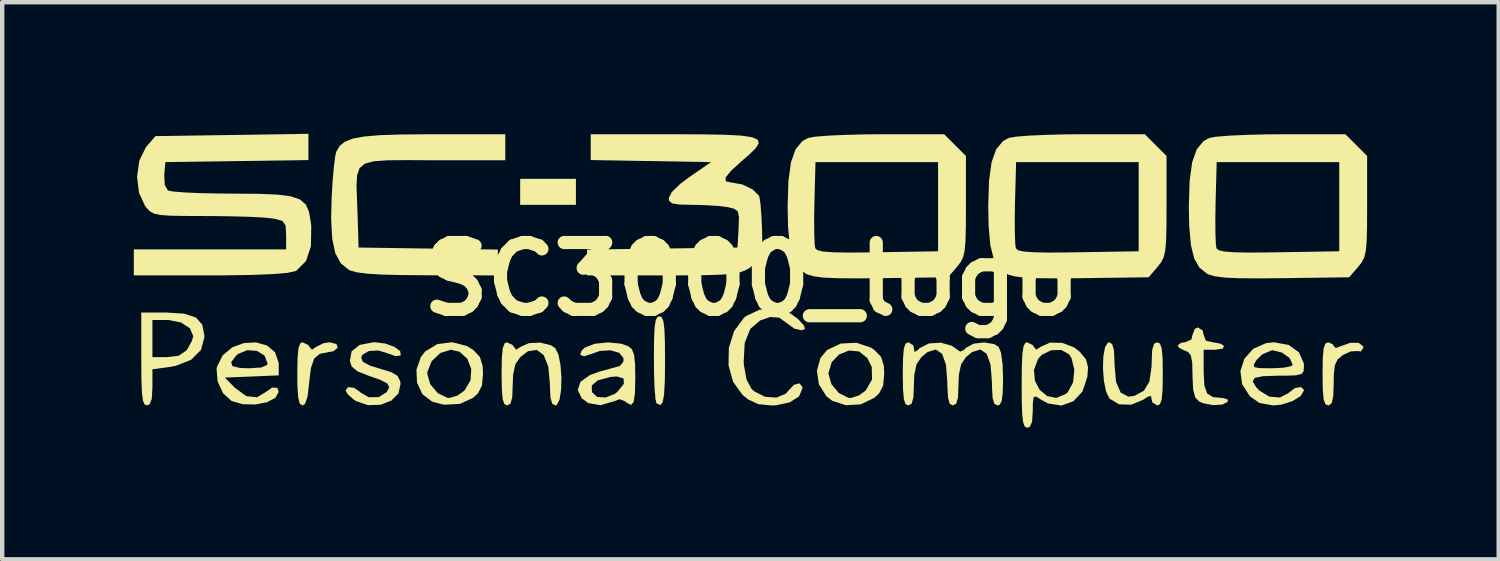
<source format=kicad_pcb>
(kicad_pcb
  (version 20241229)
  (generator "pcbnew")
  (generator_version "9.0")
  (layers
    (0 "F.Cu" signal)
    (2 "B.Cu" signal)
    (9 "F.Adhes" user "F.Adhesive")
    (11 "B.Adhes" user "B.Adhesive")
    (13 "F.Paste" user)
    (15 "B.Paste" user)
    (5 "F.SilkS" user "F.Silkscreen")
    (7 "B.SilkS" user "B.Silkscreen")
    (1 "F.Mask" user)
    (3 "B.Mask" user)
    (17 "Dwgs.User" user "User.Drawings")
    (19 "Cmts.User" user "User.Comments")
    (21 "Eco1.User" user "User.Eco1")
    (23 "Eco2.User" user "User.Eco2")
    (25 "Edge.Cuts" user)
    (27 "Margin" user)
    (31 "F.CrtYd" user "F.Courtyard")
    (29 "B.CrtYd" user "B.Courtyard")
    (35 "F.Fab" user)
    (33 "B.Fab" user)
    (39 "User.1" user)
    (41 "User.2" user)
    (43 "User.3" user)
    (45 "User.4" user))
  (footprint "SC3000_logo"
    (layer "F.Cu")
    (at 14.055 3.312)
    (property "Reference" "SC3000_logo" (at 0 0 0) (layer "F.SilkS") (effects (font (size 1.524 1.524) (thickness 0.3))))
    (attr board_only exclude_from_pos_files exclude_from_bom)
    (fp_poly (pts (xy -3.979 -1.693) (xy -5.249 -1.693) (xy -5.249 -2.286) (xy -3.979 -2.286)) (stroke (width 0) (type solid)) (fill yes) (layer "F.SilkS"))
    (fp_poly (pts (xy -2.02 0.872) (xy -1.983 0.966) (xy -1.961 1.154) (xy -1.95 1.461) (xy -1.947 1.863) (xy -1.952 2.325) (xy -1.97 2.636) (xy -2.004 2.812) (xy -2.057 2.872) (xy -2.133 2.833) (xy -2.145 2.822) (xy -2.167 2.72) (xy -2.186 2.484) (xy -2.198 2.152) (xy -2.201 1.806) (xy -2.198 1.382) (xy -2.185 1.101) (xy -2.16 0.936) (xy -2.118 0.86) (xy -2.074 0.847)) (stroke (width 0) (type solid)) (fill yes) (layer "F.SilkS"))
    (fp_poly (pts (xy -9.434 1.48) (xy -9.408 1.565) (xy -9.507 1.643) (xy -9.618 1.664) (xy -9.819 1.703) (xy -9.946 1.814) (xy -10.019 2.029) (xy -10.059 2.369) (xy -10.096 2.683) (xy -10.154 2.846) (xy -10.213 2.879) (xy -10.272 2.839) (xy -10.308 2.702) (xy -10.326 2.441) (xy -10.329 2.159) (xy -10.323 1.795) (xy -10.302 1.572) (xy -10.261 1.463) (xy -10.209 1.439) (xy -10.076 1.503) (xy -10.051 1.545) (xy -9.994 1.609) (xy -9.9 1.545) (xy -9.728 1.459) (xy -9.593 1.439)) (stroke (width 0) (type solid)) (fill yes) (layer "F.SilkS"))
    (fp_poly (pts (xy 13.278 1.487) (xy 13.293 1.527) (xy 13.344 1.571) (xy 13.456 1.527) (xy 13.676 1.451) (xy 13.863 1.453) (xy 13.964 1.53) (xy 13.97 1.564) (xy 13.914 1.649) (xy 13.842 1.639) (xy 13.684 1.647) (xy 13.504 1.728) (xy 13.384 1.828) (xy 13.32 1.959) (xy 13.296 2.173) (xy 13.293 2.373) (xy 13.283 2.667) (xy 13.248 2.825) (xy 13.18 2.878) (xy 13.166 2.879) (xy 13.102 2.848) (xy 13.063 2.736) (xy 13.044 2.514) (xy 13.039 2.159) (xy 13.044 1.799) (xy 13.064 1.579) (xy 13.103 1.469) (xy 13.166 1.439)) (stroke (width 0) (type solid)) (fill yes) (layer "F.SilkS"))
    (fp_poly (pts (xy -6.469 1.522) (xy -6.319 1.615) (xy -6.168 1.772) (xy -6.105 1.973) (xy -6.096 2.159) (xy -6.12 2.426) (xy -6.211 2.603) (xy -6.319 2.703) (xy -6.624 2.844) (xy -6.988 2.862) (xy -7.255 2.793) (xy -7.477 2.622) (xy -7.599 2.361) (xy -7.609 2.159) (xy -7.366 2.159) (xy -7.298 2.396) (xy -7.129 2.597) (xy -6.913 2.704) (xy -6.858 2.709) (xy -6.674 2.652) (xy -6.519 2.54) (xy -6.381 2.307) (xy -6.364 2.05) (xy -6.453 1.816) (xy -6.633 1.654) (xy -6.829 1.609) (xy -7.071 1.684) (xy -7.267 1.871) (xy -7.364 2.115) (xy -7.366 2.159) (xy -7.609 2.159) (xy -7.613 2.062) (xy -7.512 1.774) (xy -7.412 1.647) (xy -7.135 1.48) (xy -6.801 1.438)) (stroke (width 0) (type solid)) (fill yes) (layer "F.SilkS"))
    (fp_poly (pts (xy 2.744 1.56) (xy 2.825 1.615) (xy 2.976 1.772) (xy 3.039 1.973) (xy 3.048 2.159) (xy 3.024 2.426) (xy 2.933 2.603) (xy 2.825 2.703) (xy 2.517 2.853) (xy 2.176 2.875) (xy 1.863 2.772) (xy 1.732 2.671) (xy 1.56 2.399) (xy 1.524 2.159) (xy 1.778 2.159) (xy 1.846 2.396) (xy 2.015 2.597) (xy 2.231 2.704) (xy 2.286 2.709) (xy 2.47 2.652) (xy 2.625 2.54) (xy 2.772 2.286) (xy 2.763 1.999) (xy 2.662 1.797) (xy 2.474 1.648) (xy 2.246 1.627) (xy 2.023 1.715) (xy 1.852 1.892) (xy 1.778 2.14) (xy 1.778 2.159) (xy 1.524 2.159) (xy 1.514 2.09) (xy 1.594 1.799) (xy 1.747 1.615) (xy 2.059 1.468) (xy 2.414 1.45)) (stroke (width 0) (type solid)) (fill yes) (layer "F.SilkS"))
    (fp_poly (pts (xy -12.903 0.788) (xy -12.64 0.875) (xy -12.495 1.037) (xy -12.446 1.29) (xy -12.446 1.325) (xy -12.524 1.613) (xy -12.745 1.835) (xy -13.092 1.974) (xy -13.234 2.001) (xy -13.631 2.055) (xy -13.631 2.467) (xy -13.646 2.729) (xy -13.695 2.855) (xy -13.758 2.879) (xy -13.812 2.854) (xy -13.849 2.762) (xy -13.871 2.577) (xy -13.882 2.275) (xy -13.885 1.83) (xy -13.885 1.82) (xy -13.885 1.778) (xy -13.631 1.778) (xy -13.297 1.778) (xy -13.03 1.745) (xy -12.862 1.629) (xy -12.832 1.59) (xy -12.733 1.413) (xy -12.7 1.3) (xy -12.777 1.12) (xy -12.979 0.988) (xy -13.266 0.932) (xy -13.299 0.931) (xy -13.631 0.931) (xy -13.631 1.778) (xy -13.885 1.778) (xy -13.885 0.762) (xy -13.306 0.762)) (stroke (width 0) (type solid)) (fill yes) (layer "F.SilkS"))
    (fp_poly (pts (xy 10.306 1.171) (xy 10.329 1.27) (xy 10.38 1.404) (xy 10.536 1.439) (xy 10.715 1.471) (xy 10.795 1.524) (xy 10.762 1.584) (xy 10.597 1.609) (xy 10.588 1.609) (xy 10.329 1.609) (xy 10.329 2.108) (xy 10.345 2.424) (xy 10.408 2.606) (xy 10.543 2.69) (xy 10.765 2.709) (xy 10.877 2.743) (xy 10.88 2.794) (xy 10.754 2.86) (xy 10.543 2.871) (xy 10.319 2.829) (xy 10.223 2.787) (xy 10.136 2.694) (xy 10.09 2.518) (xy 10.075 2.219) (xy 10.075 2.189) (xy 10.068 1.899) (xy 10.036 1.735) (xy 9.968 1.657) (xy 9.906 1.633) (xy 9.769 1.566) (xy 9.737 1.514) (xy 9.808 1.453) (xy 9.906 1.439) (xy 10.048 1.379) (xy 10.075 1.27) (xy 10.128 1.132) (xy 10.202 1.101)) (stroke (width 0) (type solid)) (fill yes) (layer "F.SilkS"))
    (fp_poly (pts (xy -5.419 1.503) (xy -5.394 1.545) (xy -5.337 1.609) (xy -5.243 1.545) (xy -5.049 1.459) (xy -4.79 1.447) (xy -4.548 1.508) (xy -4.451 1.572) (xy -4.376 1.722) (xy -4.329 1.963) (xy -4.309 2.246) (xy -4.317 2.524) (xy -4.352 2.748) (xy -4.416 2.869) (xy -4.445 2.879) (xy -4.519 2.839) (xy -4.559 2.7) (xy -4.572 2.429) (xy -4.572 2.377) (xy -4.609 1.991) (xy -4.712 1.733) (xy -4.87 1.613) (xy -5.07 1.642) (xy -5.249 1.778) (xy -5.359 1.941) (xy -5.41 2.18) (xy -5.419 2.413) (xy -5.43 2.694) (xy -5.47 2.838) (xy -5.546 2.879) (xy -5.609 2.848) (xy -5.648 2.736) (xy -5.667 2.514) (xy -5.673 2.159) (xy -5.667 1.795) (xy -5.645 1.572) (xy -5.604 1.463) (xy -5.553 1.439)) (stroke (width 0) (type solid)) (fill yes) (layer "F.SilkS"))
    (fp_poly (pts (xy 9.334 1.47) (xy 9.373 1.582) (xy 9.393 1.804) (xy 9.398 2.159) (xy 9.393 2.519) (xy 9.373 2.739) (xy 9.334 2.849) (xy 9.271 2.879) (xy 9.16 2.811) (xy 9.144 2.747) (xy 9.129 2.662) (xy 9.053 2.682) (xy 8.956 2.747) (xy 8.68 2.862) (xy 8.401 2.853) (xy 8.183 2.724) (xy 8.105 2.563) (xy 8.055 2.316) (xy 8.034 2.033) (xy 8.043 1.761) (xy 8.082 1.548) (xy 8.151 1.443) (xy 8.17 1.439) (xy 8.244 1.479) (xy 8.284 1.618) (xy 8.297 1.889) (xy 8.297 1.941) (xy 8.332 2.341) (xy 8.438 2.587) (xy 8.614 2.679) (xy 8.751 2.661) (xy 8.968 2.543) (xy 9.094 2.329) (xy 9.142 1.991) (xy 9.144 1.889) (xy 9.156 1.614) (xy 9.199 1.474) (xy 9.271 1.439)) (stroke (width 0) (type solid)) (fill yes) (layer "F.SilkS"))
    (fp_poly (pts (xy -5.588 -2.709) (xy -7.237 -2.709) (xy -7.827 -2.712) (xy -8.268 -2.709) (xy -8.582 -2.687) (xy -8.789 -2.631) (xy -8.911 -2.528) (xy -8.967 -2.362) (xy -8.979 -2.119) (xy -8.967 -1.786) (xy -8.957 -1.524) (xy -8.932 -0.72) (xy -7.345 -0.697) (xy -5.757 -0.674) (xy -5.757 -0.085) (xy -7.345 -0.088) (xy -7.951 -0.093) (xy -8.409 -0.104) (xy -8.743 -0.125) (xy -8.973 -0.155) (xy -9.123 -0.197) (xy -9.158 -0.214) (xy -9.34 -0.363) (xy -9.464 -0.593) (xy -9.534 -0.926) (xy -9.558 -1.385) (xy -9.546 -1.853) (xy -9.523 -2.24) (xy -9.494 -2.575) (xy -9.462 -2.814) (xy -9.441 -2.903) (xy -9.367 -3.031) (xy -9.251 -3.129) (xy -9.072 -3.201) (xy -8.811 -3.25) (xy -8.445 -3.281) (xy -7.953 -3.297) (xy -7.316 -3.302) (xy -7.243 -3.302) (xy -5.588 -3.302)) (stroke (width 0) (type solid)) (fill yes) (layer "F.SilkS"))
    (fp_poly (pts (xy 0.895 0.772) (xy 1.083 0.908) (xy 1.221 1.06) (xy 1.241 1.136) (xy 1.169 1.167) (xy 1.01 1.133) (xy 0.852 1.021) (xy 0.656 0.878) (xy 0.447 0.863) (xy 0.221 0.942) (xy -0.005 1.135) (xy -0.132 1.455) (xy -0.155 1.887) (xy -0.149 1.964) (xy -0.09 2.29) (xy 0.022 2.498) (xy 0.083 2.556) (xy 0.332 2.682) (xy 0.592 2.7) (xy 0.805 2.611) (xy 0.866 2.54) (xy 0.994 2.407) (xy 1.117 2.376) (xy 1.183 2.457) (xy 1.185 2.485) (xy 1.108 2.671) (xy 0.897 2.807) (xy 0.588 2.875) (xy 0.482 2.879) (xy 0.179 2.85) (xy -0.052 2.743) (xy -0.179 2.641) (xy -0.396 2.342) (xy -0.5 1.967) (xy -0.493 1.567) (xy -0.376 1.19) (xy -0.152 0.885) (xy -0.104 0.844) (xy 0.205 0.697) (xy 0.56 0.675)) (stroke (width 0) (type solid)) (fill yes) (layer "F.SilkS"))
    (fp_poly (pts (xy -11.021 1.512) (xy -10.836 1.667) (xy -10.754 1.909) (xy -10.753 1.948) (xy -10.753 2.194) (xy -11.367 2.219) (xy -11.98 2.244) (xy -11.751 2.477) (xy -11.492 2.666) (xy -11.25 2.694) (xy -11.061 2.582) (xy -10.9 2.471) (xy -10.785 2.479) (xy -10.753 2.569) (xy -10.828 2.706) (xy -11.022 2.806) (xy -11.285 2.857) (xy -11.569 2.851) (xy -11.826 2.778) (xy -11.826 2.778) (xy -12.02 2.602) (xy -12.144 2.335) (xy -12.169 2.05) (xy -12.158 1.994) (xy -12.106 1.89) (xy -11.835 1.89) (xy -11.811 1.981) (xy -11.637 2.025) (xy -11.43 2.032) (xy -11.147 2.014) (xy -11.018 1.956) (xy -11.007 1.922) (xy -11.076 1.742) (xy -11.249 1.636) (xy -11.468 1.619) (xy -11.678 1.705) (xy -11.72 1.742) (xy -11.835 1.89) (xy -12.106 1.89) (xy -12.027 1.734) (xy -11.811 1.554) (xy -11.546 1.457) (xy -11.27 1.442)) (stroke (width 0) (type solid)) (fill yes) (layer "F.SilkS"))
    (fp_poly (pts (xy -8.319 1.469) (xy -8.116 1.544) (xy -7.985 1.639) (xy -7.971 1.732) (xy -7.98 1.743) (xy -8.093 1.755) (xy -8.242 1.7) (xy -8.476 1.627) (xy -8.696 1.638) (xy -8.844 1.725) (xy -8.872 1.786) (xy -8.836 1.883) (xy -8.674 1.971) (xy -8.449 2.04) (xy -8.184 2.122) (xy -8.043 2.206) (xy -7.985 2.324) (xy -7.975 2.384) (xy -8.022 2.605) (xy -8.189 2.77) (xy -8.435 2.864) (xy -8.716 2.872) (xy -8.99 2.779) (xy -9.04 2.747) (xy -9.18 2.623) (xy -9.229 2.535) (xy -9.17 2.462) (xy -9.039 2.476) (xy -8.901 2.569) (xy -8.89 2.582) (xy -8.703 2.692) (xy -8.475 2.689) (xy -8.296 2.58) (xy -8.233 2.471) (xy -8.271 2.383) (xy -8.432 2.297) (xy -8.706 2.201) (xy -8.962 2.1) (xy -9.091 1.988) (xy -9.131 1.867) (xy -9.091 1.646) (xy -8.909 1.5) (xy -8.601 1.44) (xy -8.551 1.439)) (stroke (width 0) (type solid)) (fill yes) (layer "F.SilkS"))
    (fp_poly (pts (xy -2.95 1.471) (xy -2.788 1.527) (xy -2.703 1.597) (xy -2.653 1.72) (xy -2.63 1.935) (xy -2.625 2.247) (xy -2.633 2.599) (xy -2.663 2.801) (xy -2.722 2.868) (xy -2.817 2.82) (xy -2.853 2.786) (xy -2.984 2.737) (xy -3.118 2.786) (xy -3.417 2.873) (xy -3.694 2.826) (xy -3.846 2.716) (xy -3.938 2.523) (xy -3.903 2.425) (xy -3.618 2.425) (xy -3.612 2.577) (xy -3.493 2.686) (xy -3.298 2.698) (xy -3.089 2.613) (xy -3.034 2.569) (xy -2.886 2.387) (xy -2.893 2.264) (xy -3.047 2.218) (xy -3.189 2.23) (xy -3.482 2.308) (xy -3.618 2.425) (xy -3.903 2.425) (xy -3.873 2.34) (xy -3.661 2.187) (xy -3.449 2.11) (xy -3.202 2.042) (xy -3.015 1.991) (xy -2.978 1.98) (xy -2.897 1.883) (xy -2.894 1.799) (xy -2.993 1.679) (xy -3.193 1.622) (xy -3.436 1.637) (xy -3.612 1.701) (xy -3.79 1.759) (xy -3.88 1.726) (xy -3.849 1.629) (xy -3.773 1.559) (xy -3.55 1.473) (xy -3.249 1.442)) (stroke (width 0) (type solid)) (fill yes) (layer "F.SilkS"))
    (fp_poly (pts (xy 4.663 -3.055) (xy 4.911 -2.807) (xy 4.911 -1.662) (xy 4.909 -1.198) (xy 4.901 -0.871) (xy 4.881 -0.649) (xy 4.846 -0.498) (xy 4.789 -0.386) (xy 4.707 -0.281) (xy 4.707 -0.28) (xy 4.502 -0.042) (xy 2.992 -0.022) (xy 2.415 -0.017) (xy 1.982 -0.021) (xy 1.669 -0.035) (xy 1.453 -0.062) (xy 1.308 -0.102) (xy 1.258 -0.126) (xy 1.089 -0.262) (xy 0.97 -0.47) (xy 0.895 -0.774) (xy 0.856 -1.2) (xy 0.853 -1.353) (xy 1.451 -1.353) (xy 1.454 -1.023) (xy 1.464 -0.791) (xy 1.477 -0.702) (xy 1.528 -0.658) (xy 1.656 -0.629) (xy 1.884 -0.612) (xy 2.231 -0.605) (xy 2.72 -0.609) (xy 2.898 -0.612) (xy 4.276 -0.635) (xy 4.276 -2.667) (xy 1.482 -2.667) (xy 1.457 -1.741) (xy 1.451 -1.353) (xy 0.853 -1.353) (xy 0.847 -1.666) (xy 0.865 -2.238) (xy 0.923 -2.663) (xy 1.028 -2.96) (xy 1.184 -3.147) (xy 1.314 -3.218) (xy 1.47 -3.246) (xy 1.763 -3.27) (xy 2.158 -3.288) (xy 2.622 -3.3) (xy 2.975 -3.302) (xy 4.416 -3.302)) (stroke (width 0) (type solid)) (fill yes) (layer "F.SilkS"))
    (fp_poly (pts (xy 6.434 1.503) (xy 6.459 1.545) (xy 6.516 1.609) (xy 6.61 1.545) (xy 6.827 1.446) (xy 7.104 1.452) (xy 7.378 1.557) (xy 7.507 1.657) (xy 7.648 1.83) (xy 7.694 2.011) (xy 7.678 2.228) (xy 7.567 2.561) (xy 7.359 2.784) (xy 7.087 2.881) (xy 6.784 2.835) (xy 6.623 2.747) (xy 6.508 2.675) (xy 6.453 2.692) (xy 6.436 2.829) (xy 6.435 3.001) (xy 6.418 3.254) (xy 6.363 3.37) (xy 6.308 3.387) (xy 6.252 3.361) (xy 6.215 3.265) (xy 6.193 3.073) (xy 6.183 2.76) (xy 6.181 2.413) (xy 6.184 2.07) (xy 6.461 2.07) (xy 6.483 2.317) (xy 6.593 2.526) (xy 6.764 2.666) (xy 6.97 2.708) (xy 7.183 2.62) (xy 7.233 2.576) (xy 7.353 2.353) (xy 7.382 2.066) (xy 7.316 1.798) (xy 7.263 1.714) (xy 7.084 1.614) (xy 6.853 1.621) (xy 6.639 1.726) (xy 6.556 1.817) (xy 6.461 2.07) (xy 6.184 2.07) (xy 6.185 1.981) (xy 6.198 1.693) (xy 6.225 1.524) (xy 6.267 1.45) (xy 6.301 1.439)) (stroke (width 0) (type solid)) (fill yes) (layer "F.SilkS"))
    (fp_poly (pts (xy 9.235 -3.055) (xy 9.483 -2.807) (xy 9.483 -1.662) (xy 9.481 -1.198) (xy 9.473 -0.871) (xy 9.453 -0.649) (xy 9.418 -0.498) (xy 9.361 -0.386) (xy 9.279 -0.281) (xy 9.279 -0.28) (xy 9.074 -0.042) (xy 7.564 -0.022) (xy 6.987 -0.017) (xy 6.554 -0.021) (xy 6.241 -0.035) (xy 6.025 -0.062) (xy 5.88 -0.102) (xy 5.83 -0.126) (xy 5.661 -0.262) (xy 5.542 -0.47) (xy 5.467 -0.774) (xy 5.428 -1.2) (xy 5.425 -1.353) (xy 6.023 -1.353) (xy 6.026 -1.023) (xy 6.036 -0.791) (xy 6.049 -0.702) (xy 6.1 -0.658) (xy 6.228 -0.629) (xy 6.456 -0.612) (xy 6.803 -0.605) (xy 7.292 -0.609) (xy 7.47 -0.612) (xy 8.848 -0.635) (xy 8.848 -2.667) (xy 6.054 -2.667) (xy 6.029 -1.741) (xy 6.023 -1.353) (xy 5.425 -1.353) (xy 5.419 -1.666) (xy 5.437 -2.238) (xy 5.495 -2.663) (xy 5.6 -2.96) (xy 5.756 -3.147) (xy 5.886 -3.218) (xy 6.042 -3.246) (xy 6.335 -3.27) (xy 6.73 -3.288) (xy 7.194 -3.3) (xy 7.547 -3.302) (xy 8.988 -3.302)) (stroke (width 0) (type solid)) (fill yes) (layer "F.SilkS"))
    (fp_poly (pts (xy 12.266 1.5) (xy 12.501 1.668) (xy 12.611 1.918) (xy 12.615 1.99) (xy 12.607 2.1) (xy 12.556 2.164) (xy 12.426 2.193) (xy 12.181 2.201) (xy 12.023 2.201) (xy 11.68 2.212) (xy 11.493 2.252) (xy 11.446 2.332) (xy 11.527 2.464) (xy 11.599 2.54) (xy 11.824 2.677) (xy 12.066 2.698) (xy 12.264 2.597) (xy 12.277 2.582) (xy 12.412 2.482) (xy 12.546 2.459) (xy 12.615 2.524) (xy 12.615 2.535) (xy 12.54 2.665) (xy 12.349 2.782) (xy 12.096 2.861) (xy 11.915 2.879) (xy 11.6 2.823) (xy 11.384 2.671) (xy 11.204 2.392) (xy 11.167 2.094) (xy 11.214 1.949) (xy 11.471 1.949) (xy 11.482 2.006) (xy 11.6 2.028) (xy 11.853 2.032) (xy 11.885 2.032) (xy 12.144 2.019) (xy 12.316 1.987) (xy 12.361 1.953) (xy 12.288 1.799) (xy 12.115 1.674) (xy 11.908 1.623) (xy 11.873 1.625) (xy 11.665 1.714) (xy 11.535 1.841) (xy 11.471 1.949) (xy 11.214 1.949) (xy 11.257 1.815) (xy 11.457 1.59) (xy 11.75 1.459) (xy 11.934 1.439)) (stroke (width 0) (type solid)) (fill yes) (layer "F.SilkS"))
    (fp_poly (pts (xy 13.807 -3.055) (xy 14.055 -2.807) (xy 14.055 -1.662) (xy 14.053 -1.198) (xy 14.045 -0.871) (xy 14.025 -0.649) (xy 13.99 -0.498) (xy 13.933 -0.386) (xy 13.851 -0.281) (xy 13.851 -0.28) (xy 13.646 -0.042) (xy 12.136 -0.022) (xy 11.559 -0.017) (xy 11.126 -0.021) (xy 10.813 -0.035) (xy 10.597 -0.062) (xy 10.452 -0.102) (xy 10.402 -0.126) (xy 10.233 -0.262) (xy 10.114 -0.47) (xy 10.039 -0.774) (xy 10 -1.2) (xy 9.997 -1.353) (xy 10.595 -1.353) (xy 10.598 -1.023) (xy 10.608 -0.791) (xy 10.621 -0.702) (xy 10.672 -0.658) (xy 10.8 -0.629) (xy 11.028 -0.612) (xy 11.375 -0.605) (xy 11.864 -0.609) (xy 12.042 -0.612) (xy 13.42 -0.635) (xy 13.42 -2.667) (xy 10.626 -2.667) (xy 10.601 -1.741) (xy 10.595 -1.353) (xy 9.997 -1.353) (xy 9.991 -1.666) (xy 10.009 -2.238) (xy 10.067 -2.663) (xy 10.172 -2.96) (xy 10.328 -3.147) (xy 10.458 -3.218) (xy 10.614 -3.246) (xy 10.907 -3.27) (xy 11.302 -3.288) (xy 11.766 -3.3) (xy 12.119 -3.302) (xy 13.56 -3.302)) (stroke (width 0) (type solid)) (fill yes) (layer "F.SilkS"))
    (fp_poly (pts (xy -10.075 -2.713) (xy -11.705 -2.69) (xy -13.335 -2.667) (xy -13.362 -2.38) (xy -13.35 -2.145) (xy -13.278 -2.021) (xy -13.158 -1.997) (xy -12.901 -1.976) (xy -12.537 -1.96) (xy -12.098 -1.951) (xy -11.799 -1.949) (xy -11.218 -1.944) (xy -10.784 -1.927) (xy -10.474 -1.887) (xy -10.265 -1.814) (xy -10.135 -1.7) (xy -10.062 -1.534) (xy -10.023 -1.308) (xy -10.011 -1.202) (xy -10.018 -0.754) (xy -10.129 -0.415) (xy -10.34 -0.202) (xy -10.381 -0.18) (xy -10.554 -0.143) (xy -10.885 -0.115) (xy -11.364 -0.096) (xy -11.98 -0.086) (xy -12.323 -0.085) (xy -14.055 -0.085) (xy -14.055 -0.677) (xy -10.583 -0.677) (xy -10.583 -1.005) (xy -10.596 -1.22) (xy -10.664 -1.324) (xy -10.839 -1.374) (xy -10.901 -1.385) (xy -11.102 -1.404) (xy -11.431 -1.421) (xy -11.845 -1.432) (xy -12.304 -1.438) (xy -12.419 -1.438) (xy -12.891 -1.44) (xy -13.224 -1.446) (xy -13.448 -1.462) (xy -13.591 -1.492) (xy -13.684 -1.542) (xy -13.757 -1.616) (xy -13.795 -1.662) (xy -13.936 -1.963) (xy -13.981 -2.332) (xy -13.929 -2.701) (xy -13.782 -3.003) (xy -13.766 -3.022) (xy -13.562 -3.26) (xy -10.075 -3.312)) (stroke (width 0) (type solid)) (fill yes) (layer "F.SilkS"))
    (fp_poly (pts (xy -1.11 -3.3) (xy -0.588 -3.291) (xy -0.21 -3.271) (xy 0.037 -3.234) (xy 0.166 -3.177) (xy 0.188 -3.095) (xy 0.118 -2.982) (xy -0.032 -2.835) (xy -0.17 -2.717) (xy -0.436 -2.477) (xy -0.566 -2.318) (xy -0.564 -2.23) (xy -0.435 -2.201) (xy -0.427 -2.201) (xy -0.183 -2.157) (xy 0.046 -2.046) (xy 0.19 -1.906) (xy 0.205 -1.871) (xy 0.229 -1.708) (xy 0.25 -1.435) (xy 0.264 -1.115) (xy 0.269 -0.806) (xy 0.265 -0.613) (xy 0.177 -0.419) (xy -0.021 -0.253) (xy -0.128 -0.196) (xy -0.252 -0.153) (xy -0.419 -0.123) (xy -0.653 -0.103) (xy -0.98 -0.092) (xy -1.425 -0.086) (xy -2.011 -0.085) (xy -3.725 -0.085) (xy -3.725 -0.674) (xy -2.011 -0.697) (xy -0.296 -0.72) (xy -0.271 -1.153) (xy -0.262 -1.408) (xy -0.288 -1.543) (xy -0.375 -1.606) (xy -0.515 -1.64) (xy -0.746 -1.669) (xy -1.067 -1.688) (xy -1.323 -1.693) (xy -1.619 -1.7) (xy -1.783 -1.725) (xy -1.852 -1.781) (xy -1.863 -1.849) (xy -1.792 -1.985) (xy -1.598 -2.173) (xy -1.381 -2.335) (xy -0.899 -2.667) (xy -3.641 -2.714) (xy -3.641 -3.302) (xy -1.788 -3.302)) (stroke (width 0) (type solid)) (fill yes) (layer "F.SilkS"))
    (fp_poly (pts (xy 3.709 1.508) (xy 3.725 1.572) (xy 3.739 1.661) (xy 3.806 1.623) (xy 3.858 1.572) (xy 4.067 1.466) (xy 4.338 1.448) (xy 4.587 1.518) (xy 4.659 1.568) (xy 4.781 1.653) (xy 4.871 1.611) (xy 4.909 1.568) (xy 5.079 1.473) (xy 5.322 1.443) (xy 5.553 1.48) (xy 5.656 1.541) (xy 5.711 1.682) (xy 5.747 1.953) (xy 5.757 2.261) (xy 5.75 2.59) (xy 5.725 2.782) (xy 5.676 2.867) (xy 5.63 2.879) (xy 5.558 2.841) (xy 5.519 2.707) (xy 5.504 2.445) (xy 5.503 2.345) (xy 5.472 1.95) (xy 5.383 1.701) (xy 5.24 1.604) (xy 5.049 1.663) (xy 4.911 1.778) (xy 4.801 1.941) (xy 4.75 2.18) (xy 4.741 2.413) (xy 4.73 2.694) (xy 4.69 2.838) (xy 4.614 2.879) (xy 4.542 2.841) (xy 4.503 2.707) (xy 4.488 2.445) (xy 4.487 2.345) (xy 4.456 1.95) (xy 4.367 1.701) (xy 4.224 1.604) (xy 4.033 1.663) (xy 3.895 1.778) (xy 3.785 1.941) (xy 3.734 2.18) (xy 3.725 2.413) (xy 3.714 2.694) (xy 3.674 2.838) (xy 3.598 2.879) (xy 3.535 2.848) (xy 3.496 2.736) (xy 3.477 2.514) (xy 3.471 2.159) (xy 3.477 1.799) (xy 3.496 1.579) (xy 3.536 1.469) (xy 3.598 1.439)) (stroke (width 0) (type solid)) (fill yes) (layer "F.SilkS")))
  (gr_rect
    (start -3 -3)
    (end 31.109 9.698)
    (stroke (width 0.1) (type default))
    (fill no)
    (layer "Edge.Cuts")))
</source>
